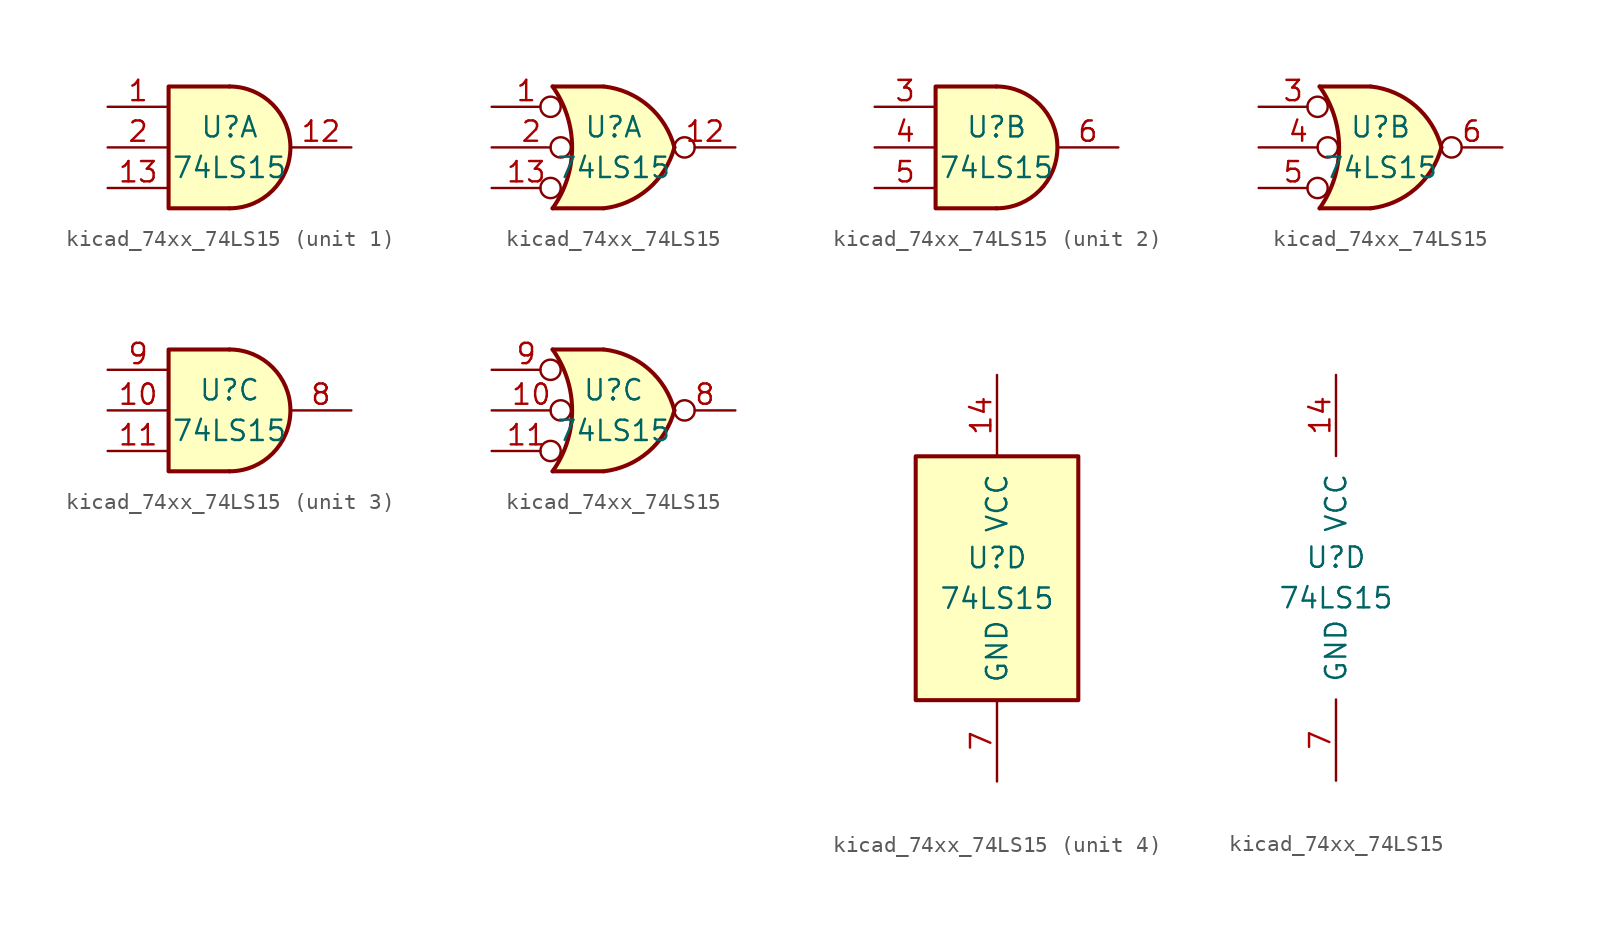
<source format=kicad_sym>
(kicad_symbol_lib
  (version 20220914)
  (generator kicad_symbol_editor)
  (symbol "kicad_74xx_74LS15"
    (pin_names
      (offset 1.016))
    (property "Reference" "U"
      (at 0 1.27 0)
      (effects (font (size 1.27 1.27))))
    (property "Value" "74LS15"
      (at 0 -1.27 0)
      (effects (font (size 1.27 1.27))))
    (property "ki_locked" ""
      (at 0 0 0)
      (effects (font (size 1.27 1.27))))
    (symbol "kicad_74xx_74LS15_1_1"
      (arc (start 0 -3.81) (mid 3.7934 0) (end 0 3.81) (stroke (width 0.254) (type default)) (fill (type background)))
      (polyline (pts (xy 0 3.81) (xy -3.81 3.81) (xy -3.81 -3.81) (xy 0 -3.81)) (stroke (width 0.254) (type default)) (fill (type background)))
      (pin input line (at -7.62 2.54 0) (length 3.81) (name "~" (effects (font (size 1.27 1.27)))) (number "1" (effects (font (size 1.27 1.27)))))
      (pin open_collector line (at 7.62 0 180) (length 3.81) (name "~" (effects (font (size 1.27 1.27)))) (number "12" (effects (font (size 1.27 1.27)))))
      (pin input line (at -7.62 -2.54 0) (length 3.81) (name "~" (effects (font (size 1.27 1.27)))) (number "13" (effects (font (size 1.27 1.27)))))
      (pin input line (at -7.62 0 0) (length 3.81) (name "~" (effects (font (size 1.27 1.27)))) (number "2" (effects (font (size 1.27 1.27))))))
    (symbol "kicad_74xx_74LS15_1_2"
      (arc (start -3.81 -3.81) (mid -2.589 0) (end -3.81 3.81) (stroke (width 0.254) (type default)) (fill (type none)))
      (arc (start -0.6096 -3.81) (mid 2.1842 -2.5851) (end 3.81 0) (stroke (width 0.254) (type default)) (fill (type background)))
      (polyline (pts (xy -3.81 -3.81) (xy -0.635 -3.81)) (stroke (width 0.254) (type default)) (fill (type background)))
      (polyline (pts (xy -3.81 3.81) (xy -0.635 3.81)) (stroke (width 0.254) (type default)) (fill (type background)))
      (polyline (pts (xy -0.635 3.81) (xy -3.81 3.81) (xy -3.81 3.81) (xy -3.556 3.404) (xy -3.023 2.261) (xy -2.692 1.041) (xy -2.616 -0.254) (xy -2.769 -1.499) (xy -3.175 -2.718) (xy -3.81 -3.81) (xy -3.81 -3.81) (xy -0.635 -3.81)) (stroke (width -25.4) (type default)) (fill (type background)))
      (arc (start 3.81 0) (mid 2.1915 2.5936) (end -0.6096 3.81) (stroke (width 0.254) (type default)) (fill (type background)))
      (pin input inverted (at -7.62 2.54 0) (length 4.318) (name "~" (effects (font (size 1.27 1.27)))) (number "1" (effects (font (size 1.27 1.27)))))
      (pin open_collector inverted (at 7.62 0 180) (length 3.81) (name "~" (effects (font (size 1.27 1.27)))) (number "12" (effects (font (size 1.27 1.27)))))
      (pin input inverted (at -7.62 -2.54 0) (length 4.318) (name "~" (effects (font (size 1.27 1.27)))) (number "13" (effects (font (size 1.27 1.27)))))
      (pin input inverted (at -7.62 0 0) (length 4.953) (name "~" (effects (font (size 1.27 1.27)))) (number "2" (effects (font (size 1.27 1.27))))))
    (symbol "kicad_74xx_74LS15_2_1"
      (arc (start 0 -3.81) (mid 3.7934 0) (end 0 3.81) (stroke (width 0.254) (type default)) (fill (type background)))
      (polyline (pts (xy 0 3.81) (xy -3.81 3.81) (xy -3.81 -3.81) (xy 0 -3.81)) (stroke (width 0.254) (type default)) (fill (type background)))
      (pin input line (at -7.62 2.54 0) (length 3.81) (name "~" (effects (font (size 1.27 1.27)))) (number "3" (effects (font (size 1.27 1.27)))))
      (pin input line (at -7.62 0 0) (length 3.81) (name "~" (effects (font (size 1.27 1.27)))) (number "4" (effects (font (size 1.27 1.27)))))
      (pin input line (at -7.62 -2.54 0) (length 3.81) (name "~" (effects (font (size 1.27 1.27)))) (number "5" (effects (font (size 1.27 1.27)))))
      (pin open_collector line (at 7.62 0 180) (length 3.81) (name "~" (effects (font (size 1.27 1.27)))) (number "6" (effects (font (size 1.27 1.27))))))
    (symbol "kicad_74xx_74LS15_2_2"
      (arc (start -3.81 -3.81) (mid -2.589 0) (end -3.81 3.81) (stroke (width 0.254) (type default)) (fill (type none)))
      (arc (start -0.6096 -3.81) (mid 2.1842 -2.5851) (end 3.81 0) (stroke (width 0.254) (type default)) (fill (type background)))
      (polyline (pts (xy -3.81 -3.81) (xy -0.635 -3.81)) (stroke (width 0.254) (type default)) (fill (type background)))
      (polyline (pts (xy -3.81 3.81) (xy -0.635 3.81)) (stroke (width 0.254) (type default)) (fill (type background)))
      (polyline (pts (xy -0.635 3.81) (xy -3.81 3.81) (xy -3.81 3.81) (xy -3.556 3.404) (xy -3.023 2.261) (xy -2.692 1.041) (xy -2.616 -0.254) (xy -2.769 -1.499) (xy -3.175 -2.718) (xy -3.81 -3.81) (xy -3.81 -3.81) (xy -0.635 -3.81)) (stroke (width -25.4) (type default)) (fill (type background)))
      (arc (start 3.81 0) (mid 2.1915 2.5936) (end -0.6096 3.81) (stroke (width 0.254) (type default)) (fill (type background)))
      (pin input inverted (at -7.62 2.54 0) (length 4.318) (name "~" (effects (font (size 1.27 1.27)))) (number "3" (effects (font (size 1.27 1.27)))))
      (pin input inverted (at -7.62 0 0) (length 4.953) (name "~" (effects (font (size 1.27 1.27)))) (number "4" (effects (font (size 1.27 1.27)))))
      (pin input inverted (at -7.62 -2.54 0) (length 4.318) (name "~" (effects (font (size 1.27 1.27)))) (number "5" (effects (font (size 1.27 1.27)))))
      (pin open_collector inverted (at 7.62 0 180) (length 3.81) (name "~" (effects (font (size 1.27 1.27)))) (number "6" (effects (font (size 1.27 1.27))))))
    (symbol "kicad_74xx_74LS15_3_1"
      (arc (start 0 -3.81) (mid 3.7934 0) (end 0 3.81) (stroke (width 0.254) (type default)) (fill (type background)))
      (polyline (pts (xy 0 3.81) (xy -3.81 3.81) (xy -3.81 -3.81) (xy 0 -3.81)) (stroke (width 0.254) (type default)) (fill (type background)))
      (pin input line (at -7.62 0 0) (length 3.81) (name "~" (effects (font (size 1.27 1.27)))) (number "10" (effects (font (size 1.27 1.27)))))
      (pin input line (at -7.62 -2.54 0) (length 3.81) (name "~" (effects (font (size 1.27 1.27)))) (number "11" (effects (font (size 1.27 1.27)))))
      (pin open_collector line (at 7.62 0 180) (length 3.81) (name "~" (effects (font (size 1.27 1.27)))) (number "8" (effects (font (size 1.27 1.27)))))
      (pin input line (at -7.62 2.54 0) (length 3.81) (name "~" (effects (font (size 1.27 1.27)))) (number "9" (effects (font (size 1.27 1.27))))))
    (symbol "kicad_74xx_74LS15_3_2"
      (arc (start -3.81 -3.81) (mid -2.589 0) (end -3.81 3.81) (stroke (width 0.254) (type default)) (fill (type none)))
      (arc (start -0.6096 -3.81) (mid 2.1842 -2.5851) (end 3.81 0) (stroke (width 0.254) (type default)) (fill (type background)))
      (polyline (pts (xy -3.81 -3.81) (xy -0.635 -3.81)) (stroke (width 0.254) (type default)) (fill (type background)))
      (polyline (pts (xy -3.81 3.81) (xy -0.635 3.81)) (stroke (width 0.254) (type default)) (fill (type background)))
      (polyline (pts (xy -0.635 3.81) (xy -3.81 3.81) (xy -3.81 3.81) (xy -3.556 3.404) (xy -3.023 2.261) (xy -2.692 1.041) (xy -2.616 -0.254) (xy -2.769 -1.499) (xy -3.175 -2.718) (xy -3.81 -3.81) (xy -3.81 -3.81) (xy -0.635 -3.81)) (stroke (width -25.4) (type default)) (fill (type background)))
      (arc (start 3.81 0) (mid 2.1915 2.5936) (end -0.6096 3.81) (stroke (width 0.254) (type default)) (fill (type background)))
      (pin input inverted (at -7.62 0 0) (length 4.953) (name "~" (effects (font (size 1.27 1.27)))) (number "10" (effects (font (size 1.27 1.27)))))
      (pin input inverted (at -7.62 -2.54 0) (length 4.318) (name "~" (effects (font (size 1.27 1.27)))) (number "11" (effects (font (size 1.27 1.27)))))
      (pin open_collector inverted (at 7.62 0 180) (length 3.81) (name "~" (effects (font (size 1.27 1.27)))) (number "8" (effects (font (size 1.27 1.27)))))
      (pin input inverted (at -7.62 2.54 0) (length 4.318) (name "~" (effects (font (size 1.27 1.27)))) (number "9" (effects (font (size 1.27 1.27))))))
    (symbol "kicad_74xx_74LS15_4_0"
      (pin power_in line (at 0 12.7 270) (length 5.08) (name "VCC" (effects (font (size 1.27 1.27)))) (number "14" (effects (font (size 1.27 1.27)))))
      (pin power_in line (at 0 -12.7 90) (length 5.08) (name "GND" (effects (font (size 1.27 1.27)))) (number "7" (effects (font (size 1.27 1.27))))))
    (symbol "kicad_74xx_74LS15_4_1"
      (rectangle (start -5.08 7.62) (end 5.08 -7.62) (stroke (width 0.254) (type default)) (fill (type background))))))
</source>
